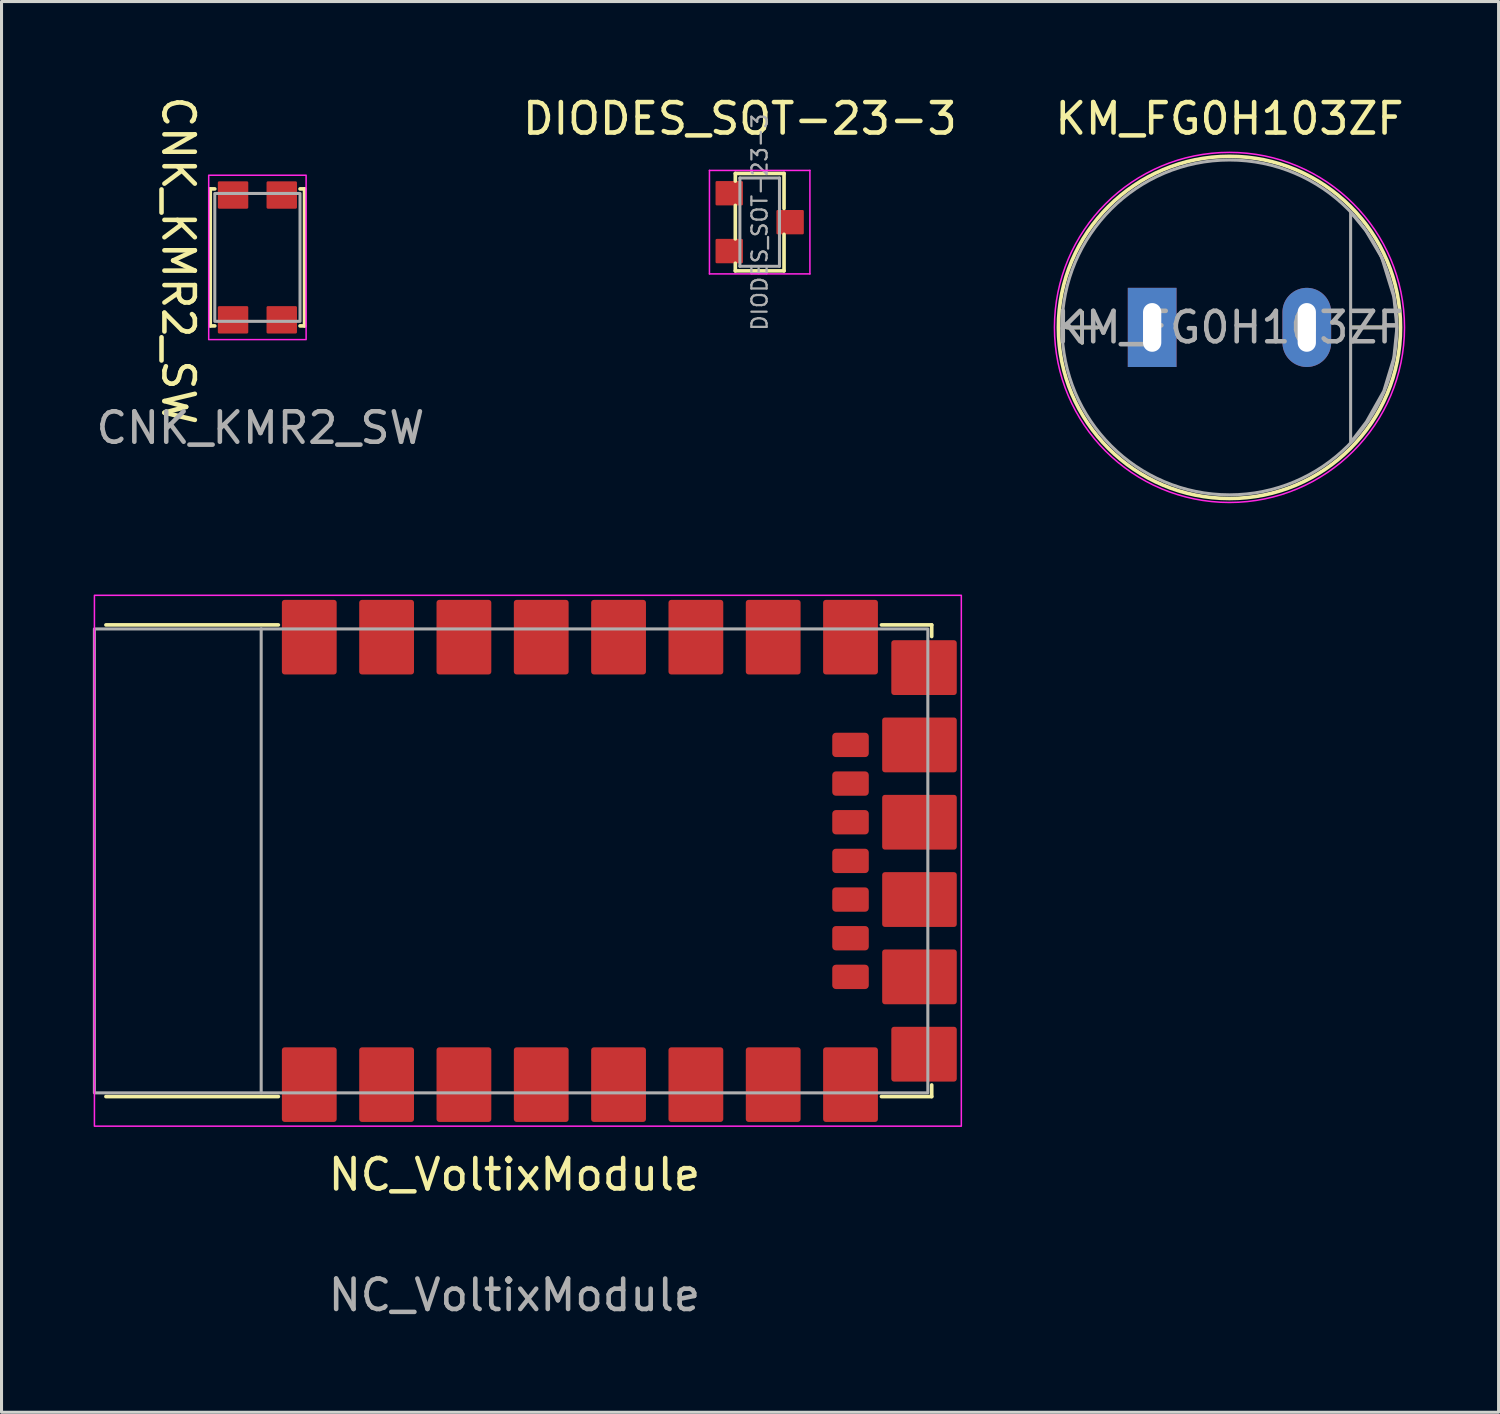
<source format=kicad_pcb>
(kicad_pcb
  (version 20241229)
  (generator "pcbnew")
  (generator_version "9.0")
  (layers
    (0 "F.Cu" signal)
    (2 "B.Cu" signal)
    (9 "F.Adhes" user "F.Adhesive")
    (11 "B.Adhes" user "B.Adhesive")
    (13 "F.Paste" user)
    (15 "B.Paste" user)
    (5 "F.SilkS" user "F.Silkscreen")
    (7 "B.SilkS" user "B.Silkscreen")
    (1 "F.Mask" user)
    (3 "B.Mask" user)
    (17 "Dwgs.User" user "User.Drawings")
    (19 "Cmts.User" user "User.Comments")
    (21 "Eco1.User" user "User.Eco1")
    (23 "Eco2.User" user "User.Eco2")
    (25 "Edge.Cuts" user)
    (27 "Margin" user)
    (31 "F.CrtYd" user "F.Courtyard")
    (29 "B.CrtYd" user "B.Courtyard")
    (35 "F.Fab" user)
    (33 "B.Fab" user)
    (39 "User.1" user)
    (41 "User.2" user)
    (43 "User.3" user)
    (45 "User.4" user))
  (footprint "NC_VoltixModule"
    (layer "F.Cu")
    (at 13.75 25.231)
    (property "Reference" "NC_VoltixModule" (at 0.1 10.305 0) (unlocked yes) (layer "F.SilkS") (effects (font (size 1 1) (thickness 0.15))))
    (attr smd)
    (fp_line (start -7.656 -7.752) (end -13.32 -7.752) (stroke (width 0.12) (type solid)) (layer "F.SilkS"))
    (fp_line (start -7.656 7.742) (end -13.32 7.742) (stroke (width 0.12) (type solid)) (layer "F.SilkS"))
    (fp_line (start 13.807 -7.752) (end 12.156 -7.752) (stroke (width 0.12) (type solid)) (layer "F.SilkS"))
    (fp_line (start 13.807 -7.371) (end 13.807 -7.752) (stroke (width 0.12) (type solid)) (layer "F.SilkS"))
    (fp_line (start 13.807 7.361) (end 13.807 7.742) (stroke (width 0.12) (type solid)) (layer "F.SilkS"))
    (fp_line (start 13.807 7.742) (end 12.156 7.742) (stroke (width 0.12) (type solid)) (layer "F.SilkS"))
    (fp_rect (start 14.78 -8.725) (end -13.698 8.715) (stroke (width 0.05) (type solid)) (fill no) (layer "F.CrtYd"))
    (fp_line (start -8.22 7.615) (end -8.22 -7.625) (stroke (width 0.1) (type solid)) (layer "F.Fab"))
    (fp_rect (start 13.68 -7.62) (end -13.7 7.62) (stroke (width 0.1) (type solid)) (fill no) (layer "F.Fab"))
    (fp_text user "${REFERENCE}" (at 0.1 14.265 0) (unlocked yes) (layer "F.Fab") (effects (font (size 1 1) (thickness 0.15))))
    (pad "1" smd roundrect (at -6.64 -7.35 270) (size 2.45 1.8) (layers "F.Cu" "F.Mask" "F.Paste") (roundrect_rratio 0.05))
    (pad "2" smd roundrect (at -4.1 -7.35 270) (size 2.45 1.8) (layers "F.Cu" "F.Mask" "F.Paste") (roundrect_rratio 0.05))
    (pad "3" smd roundrect (at -1.56 -7.35 270) (size 2.45 1.8) (layers "F.Cu" "F.Mask" "F.Paste") (roundrect_rratio 0.05))
    (pad "4" smd roundrect (at 0.98 -7.35 270) (size 2.45 1.8) (layers "F.Cu" "F.Mask" "F.Paste") (roundrect_rratio 0.05))
    (pad "5" smd roundrect (at 3.52 -7.35 270) (size 2.45 1.8) (layers "F.Cu" "F.Mask" "F.Paste") (roundrect_rratio 0.05))
    (pad "6" smd roundrect (at 6.06 -7.35 270) (size 2.45 1.8) (layers "F.Cu" "F.Mask" "F.Paste") (roundrect_rratio 0.05))
    (pad "7" smd roundrect (at 8.6 -7.35 270) (size 2.45 1.8) (layers "F.Cu" "F.Mask" "F.Paste") (roundrect_rratio 0.05))
    (pad "8" smd roundrect (at 11.14 -7.35 270) (size 2.45 1.8) (layers "F.Cu" "F.Mask" "F.Paste") (roundrect_rratio 0.05))
    (pad "9" smd roundrect (at 13.555 -6.35 180) (size 2.15 1.8) (layers "F.Cu" "F.Mask" "F.Paste") (roundrect_rratio 0.05))
    (pad "10" smd roundrect (at 13.405 -3.81) (size 2.45 1.8) (layers "F.Cu" "F.Mask" "F.Paste") (roundrect_rratio 0.05))
    (pad "11" smd roundrect (at 13.405 -1.27) (size 2.45 1.8) (layers "F.Cu" "F.Mask" "F.Paste") (roundrect_rratio 0.05))
    (pad "12" smd roundrect (at 13.405 1.27) (size 2.45 1.8) (layers "F.Cu" "F.Mask" "F.Paste") (roundrect_rratio 0.05))
    (pad "13" smd roundrect (at 13.405 3.81) (size 2.45 1.8) (layers "F.Cu" "F.Mask" "F.Paste") (roundrect_rratio 0.05))
    (pad "14" smd roundrect (at 13.555 6.35 180) (size 2.15 1.8) (layers "F.Cu" "F.Mask" "F.Paste") (roundrect_rratio 0.05))
    (pad "15" smd roundrect (at 11.14 7.35 270) (size 2.45 1.8) (layers "F.Cu" "F.Mask" "F.Paste") (roundrect_rratio 0.05))
    (pad "16" smd roundrect (at 8.6 7.35 270) (size 2.45 1.8) (layers "F.Cu" "F.Mask" "F.Paste") (roundrect_rratio 0.05))
    (pad "17" smd roundrect (at 6.06 7.35 270) (size 2.45 1.8) (layers "F.Cu" "F.Mask" "F.Paste") (roundrect_rratio 0.05))
    (pad "18" smd roundrect (at 3.52 7.35 270) (size 2.45 1.8) (layers "F.Cu" "F.Mask" "F.Paste") (roundrect_rratio 0.05))
    (pad "19" smd roundrect (at 0.98 7.35 270) (size 2.45 1.8) (layers "F.Cu" "F.Mask" "F.Paste") (roundrect_rratio 0.05))
    (pad "20" smd roundrect (at -1.56 7.35 270) (size 2.45 1.8) (layers "F.Cu" "F.Mask" "F.Paste") (roundrect_rratio 0.05))
    (pad "21" smd roundrect (at -4.1 7.35 270) (size 2.45 1.8) (layers "F.Cu" "F.Mask" "F.Paste") (roundrect_rratio 0.05))
    (pad "22" smd roundrect (at -6.64 7.35 270) (size 2.45 1.8) (layers "F.Cu" "F.Mask" "F.Paste") (roundrect_rratio 0.05))
    (pad "23" smd roundrect (at 11.14 3.81 90) (size 0.8 1.2) (layers "F.Cu" "F.Mask" "F.Paste") (roundrect_rratio 0.15))
    (pad "24" smd roundrect (at 11.14 2.54 90) (size 0.8 1.2) (layers "F.Cu" "F.Mask" "F.Paste") (roundrect_rratio 0.15))
    (pad "25" smd roundrect (at 11.14 1.27 90) (size 0.8 1.2) (layers "F.Cu" "F.Mask" "F.Paste") (roundrect_rratio 0.15))
    (pad "26" smd roundrect (at 11.14 0 90) (size 0.8 1.2) (layers "F.Cu" "F.Mask" "F.Paste") (roundrect_rratio 0.15))
    (pad "27" smd roundrect (at 11.14 -1.27 90) (size 0.8 1.2) (layers "F.Cu" "F.Mask" "F.Paste") (roundrect_rratio 0.15))
    (pad "28" smd roundrect (at 11.14 -2.54 90) (size 0.8 1.2) (layers "F.Cu" "F.Mask" "F.Paste") (roundrect_rratio 0.15))
    (pad "29" smd roundrect (at 11.14 -3.81 90) (size 0.8 1.2) (layers "F.Cu" "F.Mask" "F.Paste") (roundrect_rratio 0.15)))
  (footprint "DIODES_SOT-23-3"
    (layer "F.Cu")
    (at 21.906 4.248)
    (property "Reference" "DIODES_SOT-23-3" (at -0.65 -3.4 0) (layer "F.SilkS") (effects (font (size 1 1) (thickness 0.15))))
    (attr smd)
    (fp_line (start -0.8 -1.6) (end 0.8 -1.6) (stroke (width 0.12) (type solid)) (layer "F.SilkS"))
    (fp_line (start -0.8 -1.35) (end -0.8 -1.6) (stroke (width 0.12) (type solid)) (layer "F.SilkS"))
    (fp_line (start -0.8 0.55) (end -0.8 -0.55) (stroke (width 0.12) (type solid)) (layer "F.SilkS"))
    (fp_line (start -0.8 1.6) (end -0.8 1.35) (stroke (width 0.12) (type solid)) (layer "F.SilkS"))
    (fp_line (start 0.8 -1.6) (end 0.8 -0.45) (stroke (width 0.12) (type solid)) (layer "F.SilkS"))
    (fp_line (start 0.8 0.4) (end 0.8 1.6) (stroke (width 0.12) (type solid)) (layer "F.SilkS"))
    (fp_line (start 0.8 1.6) (end -0.8 1.6) (stroke (width 0.12) (type solid)) (layer "F.SilkS"))
    (fp_line (start -1.65 -1.7) (end -1.65 1.7) (stroke (width 0.05) (type solid)) (layer "F.CrtYd"))
    (fp_line (start -1.65 -1.7) (end 1.65 -1.7) (stroke (width 0.05) (type solid)) (layer "F.CrtYd"))
    (fp_line (start 1.65 1.7) (end -1.65 1.7) (stroke (width 0.05) (type solid)) (layer "F.CrtYd"))
    (fp_line (start 1.65 1.7) (end 1.65 -1.7) (stroke (width 0.05) (type solid)) (layer "F.CrtYd"))
    (fp_line (start -0.65 -1.45) (end 0.65 -1.45) (stroke (width 0.1) (type solid)) (layer "F.Fab"))
    (fp_line (start -0.65 1.45) (end -0.65 -1.45) (stroke (width 0.1) (type solid)) (layer "F.Fab"))
    (fp_line (start 0.65 -1.45) (end 0.65 1.45) (stroke (width 0.1) (type solid)) (layer "F.Fab"))
    (fp_line (start 0.65 1.45) (end -0.65 1.45) (stroke (width 0.1) (type solid)) (layer "F.Fab"))
    (fp_text user "${REFERENCE}" (at 0 0 90) (layer "F.Fab") (effects (font (size 0.5 0.5) (thickness 0.075))))
    (pad "1" smd roundrect (at -1 -0.95) (size 0.9 0.8) (layers "F.Cu" "F.Mask" "F.Paste") (roundrect_rratio 0.05))
    (pad "2" smd roundrect (at -1 0.95) (size 0.9 0.8) (layers "F.Cu" "F.Mask" "F.Paste") (roundrect_rratio 0.05))
    (pad "3" smd roundrect (at 1 0) (size 0.9 0.8) (layers "F.Cu" "F.Mask" "F.Paste") (roundrect_rratio 0.05)))
  (footprint "KM_FG0H103ZF"
    (layer "F.Cu")
    (at 37.339 7.706)
    (property "Reference" "KM_FG0H103ZF" (at 0 -6.858 0) (layer "F.SilkS") (effects (font (size 1 1) (thickness 0.15))))
    (attr through_hole)
    (fp_line (start -5.34 0.002) (end -4.34 0.002) (stroke (width 0.12) (type solid)) (layer "F.SilkS"))
    (fp_line (start -4.84 -0.498) (end -4.84 0.502) (stroke (width 0.12) (type solid)) (layer "F.SilkS"))
    (fp_line (start 4.03 0) (end 5.03 0) (stroke (width 0.12) (type solid)) (layer "F.SilkS"))
    (fp_circle (center 0 0) (end 5.62 0) (stroke (width 0.12) (type solid)) (fill no) (layer "F.SilkS"))
    (fp_circle (center 0 0) (end 5.75 0) (stroke (width 0.05) (type solid)) (fill no) (layer "F.CrtYd"))
    (fp_line (start -5.34 0.002) (end -4.34 0.002) (stroke (width 0.12) (type solid)) (layer "F.Fab"))
    (fp_line (start -4.84 -0.49) (end -4.84 0.51) (stroke (width 0.12) (type solid)) (layer "F.Fab"))
    (fp_line (start 4.03 0) (end 5.03 0) (stroke (width 0.12) (type solid)) (layer "F.Fab"))
    (fp_circle (center 0 0) (end 5.5 0) (stroke (width 0.1) (type solid)) (fill no) (layer "F.Fab"))
    (fp_poly (pts (xy 4.48 -3.18) (xy 5 -2.3) (xy 5.4 -1) (xy 5.5 0) (xy 5.4 1) (xy 5.07 2.09) (xy 4.5 3.1) (xy 3.98 3.78) (xy 3.98 -3.79)) (stroke (width 0.1) (type solid)) (fill no) (layer "F.Fab"))
    (fp_text user "${REFERENCE}" (at 0 0 0) (layer "F.Fab") (effects (font (size 1 1) (thickness 0.15))))
    (pad "1" thru_hole rect (at -2.54 0) (size 1.6 2.6) (drill oval 0.6 1.6) (layers "*.Cu" "*.Mask"))
    (pad "2" thru_hole oval (at 2.54 0) (size 1.6 2.6) (drill oval 0.6 1.6) (layers "*.Cu" "*.Mask")))
  (footprint "CNK_KMR2_SW"
    (layer "F.Cu")
    (at 5.406 5.406)
    (property "Reference" "CNK_KMR2_SW" (at -2.6 0.1 270) (unlocked yes) (layer "F.SilkS") (effects (font (size 1 1) (thickness 0.15))))
    (attr smd)
    (fp_line (start -1.55 -2.25) (end -1.55 2.25) (stroke (width 0.12) (type solid)) (layer "F.SilkS"))
    (fp_line (start -1.55 2.25) (end -1.4 2.25) (stroke (width 0.12) (type solid)) (layer "F.SilkS"))
    (fp_line (start -1.4 -2.25) (end -1.55 -2.25) (stroke (width 0.12) (type solid)) (layer "F.SilkS"))
    (fp_line (start 1.4 -2.25) (end 1.55 -2.25) (stroke (width 0.12) (type solid)) (layer "F.SilkS"))
    (fp_line (start 1.55 -2.25) (end 1.55 2.25) (stroke (width 0.12) (type solid)) (layer "F.SilkS"))
    (fp_line (start 1.55 2.25) (end 1.4 2.25) (stroke (width 0.12) (type solid)) (layer "F.SilkS"))
    (fp_rect (start -1.6 2.7) (end 1.6 -2.7) (stroke (width 0.05) (type solid)) (fill no) (layer "F.CrtYd"))
    (fp_rect (start -1.4 2.1) (end 1.4 -2.1) (stroke (width 0.1) (type solid)) (fill no) (layer "F.Fab"))
    (fp_text user "${REFERENCE}" (at 0.1 5.6 0) (unlocked yes) (layer "F.Fab") (effects (font (size 1 1) (thickness 0.15))))
    (pad "1" smd roundrect (at -0.8 -2.05) (size 1 0.9) (layers "F.Cu" "F.Mask" "F.Paste") (roundrect_rratio 0.05))
    (pad "2" smd roundrect (at 0.8 -2.05) (size 1 0.9) (layers "F.Cu" "F.Mask" "F.Paste") (roundrect_rratio 0.05))
    (pad "3" smd roundrect (at 0.8 2.05) (size 1 0.9) (layers "F.Cu" "F.Mask" "F.Paste") (roundrect_rratio 0.05))
    (pad "4" smd roundrect (at -0.8 2.05) (size 1 0.9) (layers "F.Cu" "F.Mask" "F.Paste") (roundrect_rratio 0.05)))
  (gr_rect
    (start -3 -3)
    (end 46.179 43.344)
    (stroke (width 0.1) (type default))
    (fill no)
    (layer "Edge.Cuts")))
</source>
